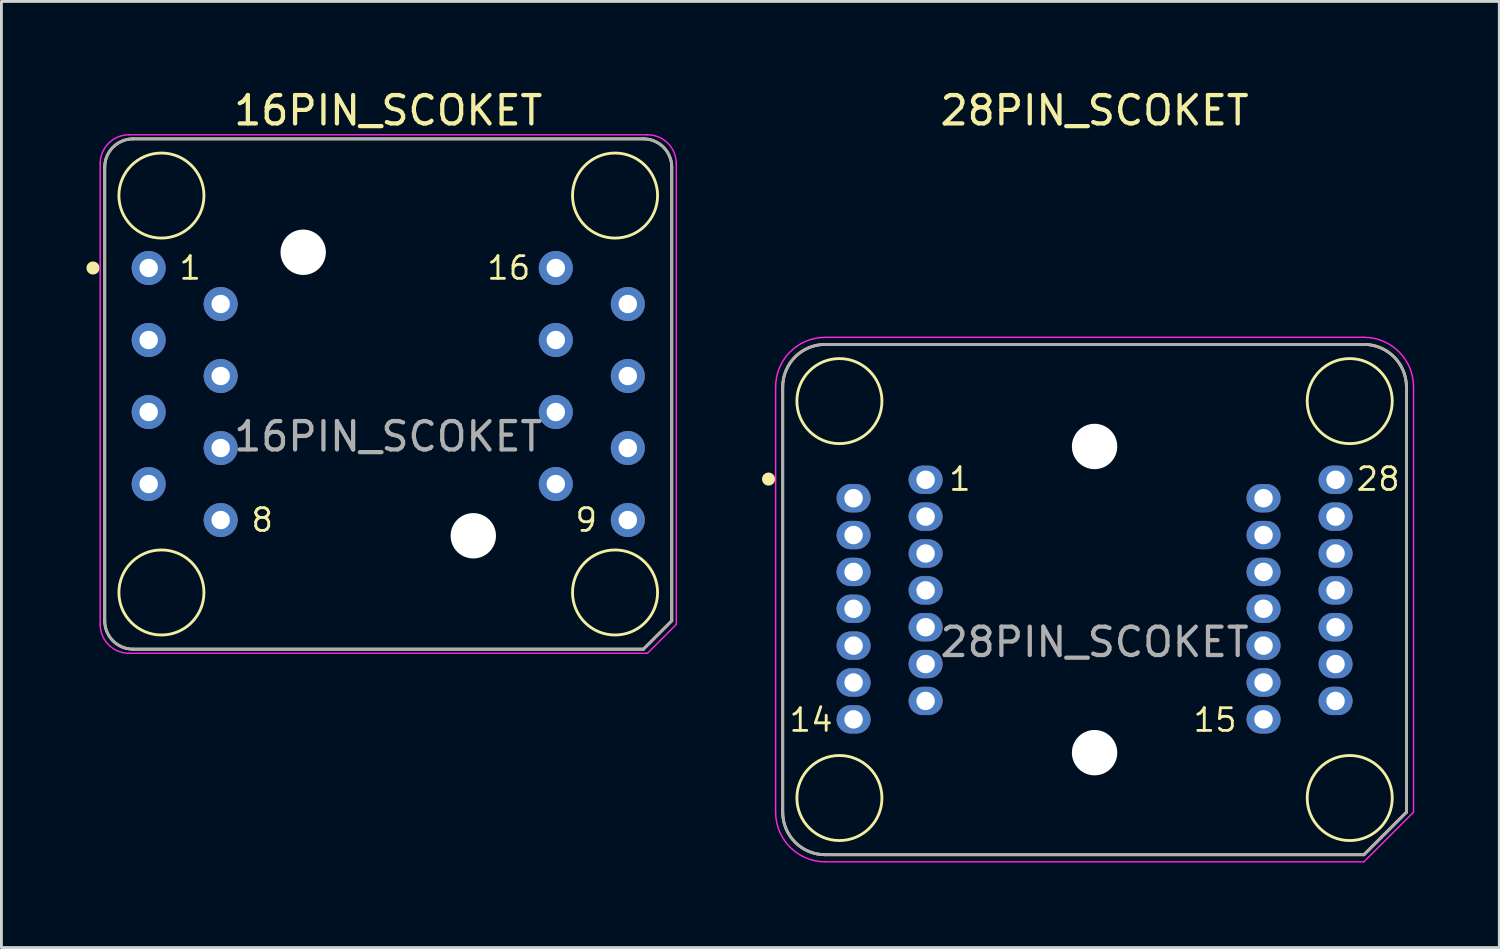
<source format=kicad_pcb>
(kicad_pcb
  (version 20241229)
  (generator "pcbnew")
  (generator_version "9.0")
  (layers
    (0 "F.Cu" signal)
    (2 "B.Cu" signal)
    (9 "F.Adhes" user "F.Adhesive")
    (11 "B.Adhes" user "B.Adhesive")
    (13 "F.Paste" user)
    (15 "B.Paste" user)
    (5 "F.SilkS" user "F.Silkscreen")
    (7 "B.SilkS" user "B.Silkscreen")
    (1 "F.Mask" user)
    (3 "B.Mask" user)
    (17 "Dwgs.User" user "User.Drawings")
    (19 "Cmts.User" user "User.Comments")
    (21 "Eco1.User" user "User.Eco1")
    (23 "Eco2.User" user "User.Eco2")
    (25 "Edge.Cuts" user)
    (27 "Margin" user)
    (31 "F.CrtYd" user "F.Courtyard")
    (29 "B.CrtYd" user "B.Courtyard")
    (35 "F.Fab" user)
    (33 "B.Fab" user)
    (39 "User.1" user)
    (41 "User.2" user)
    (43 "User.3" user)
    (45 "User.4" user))
  (footprint "16PIN_SCOKET"
    (layer "F.Cu")
    (at 10.644 10.848)
    (property "Reference" "16PIN_SCOKET" (at 0 -10 0) (unlocked yes) (layer "F.SilkS") (effects (font (size 1 1) (thickness 0.15))))
    (attr through_hole)
    (fp_line (start -10 8) (end -10 -8) (stroke (width 0.1) (type default)) (layer "F.SilkS"))
    (fp_line (start -9 -9) (end 9 -9) (stroke (width 0.1) (type default)) (layer "F.SilkS"))
    (fp_line (start 9 9) (end -9 9) (stroke (width 0.1) (type default)) (layer "F.SilkS"))
    (fp_line (start 9 9) (end 10 8) (stroke (width 0.1) (type default)) (layer "F.SilkS"))
    (fp_line (start 10 -8) (end 10 8) (stroke (width 0.1) (type default)) (layer "F.SilkS"))
    (fp_arc (start -10 -8) (mid -9.707107 -8.707107) (end -9 -9) (stroke (width 0.1) (type default)) (layer "F.SilkS"))
    (fp_arc (start -9 9) (mid -9.707107 8.707107) (end -10 8) (stroke (width 0.1) (type default)) (layer "F.SilkS"))
    (fp_arc (start 9 -9) (mid 9.707107 -8.707107) (end 10 -8) (stroke (width 0.1) (type default)) (layer "F.SilkS"))
    (fp_circle (center -10.414 -4.445) (end -10.234 -4.445) (stroke (width 0.1) (type solid)) (fill yes) (layer "F.SilkS"))
    (fp_circle (center -8 -7) (end -6.5 -7) (stroke (width 0.1) (type default)) (fill no) (layer "F.SilkS"))
    (fp_circle (center -8 7) (end -6.5 7) (stroke (width 0.1) (type default)) (fill no) (layer "F.SilkS"))
    (fp_circle (center 8 -7) (end 6.5 -7) (stroke (width 0.1) (type default)) (fill no) (layer "F.SilkS"))
    (fp_circle (center 8 7) (end 6.5 7) (stroke (width 0.1) (type default)) (fill no) (layer "F.SilkS"))
    (fp_line (start -10.16 -8.128) (end -10.16 8.128) (stroke (width 0.05) (type default)) (layer "F.CrtYd"))
    (fp_line (start -9.144 9.144) (end 9.144 9.144) (stroke (width 0.05) (type default)) (layer "F.CrtYd"))
    (fp_line (start 9.144 -9.144) (end -9.144 -9.144) (stroke (width 0.05) (type default)) (layer "F.CrtYd"))
    (fp_line (start 9.144 9.144) (end 10.16 8.128) (stroke (width 0.05) (type default)) (layer "F.CrtYd"))
    (fp_line (start 10.16 8.128) (end 10.16 -8.128) (stroke (width 0.05) (type default)) (layer "F.CrtYd"))
    (fp_arc (start -10.16 -8.128) (mid -9.86242 -8.84642) (end -9.144 -9.144) (stroke (width 0.05) (type default)) (layer "F.CrtYd"))
    (fp_arc (start -9.144 9.144) (mid -9.86242 8.84642) (end -10.16 8.128) (stroke (width 0.05) (type default)) (layer "F.CrtYd"))
    (fp_arc (start 9.144 -9.144) (mid 9.86242 -8.84642) (end 10.16 -8.128) (stroke (width 0.05) (type default)) (layer "F.CrtYd"))
    (fp_line (start -10 8) (end -10 -8) (stroke (width 0.1) (type default)) (layer "F.Fab"))
    (fp_line (start -9 -9) (end 9 -9) (stroke (width 0.1) (type default)) (layer "F.Fab"))
    (fp_line (start 9 9) (end -9 9) (stroke (width 0.1) (type default)) (layer "F.Fab"))
    (fp_line (start 9 9) (end 10 8) (stroke (width 0.1) (type default)) (layer "F.Fab"))
    (fp_line (start 10 -8) (end 10 8) (stroke (width 0.1) (type default)) (layer "F.Fab"))
    (fp_arc (start -10 -8) (mid -9.707107 -8.707107) (end -9 -9) (stroke (width 0.1) (type default)) (layer "F.Fab"))
    (fp_arc (start -9 9) (mid -9.707107 8.707107) (end -10 8) (stroke (width 0.1) (type default)) (layer "F.Fab"))
    (fp_arc (start 9 -9) (mid 9.707107 -8.707107) (end 10 -8) (stroke (width 0.1) (type default)) (layer "F.Fab"))
    (fp_text user "9" (at 6.985 4.445 0) (unlocked yes) (layer "F.SilkS") (effects (font (size 0.8 0.8) (thickness 0.1))))
    (fp_text user "1" (at -6.985 -4.445 0) (unlocked yes) (layer "F.SilkS") (effects (font (size 0.8 0.8) (thickness 0.1))))
    (fp_text user "16" (at 4.25 -4.445 0) (unlocked yes) (layer "F.SilkS") (effects (font (size 0.8 0.8) (thickness 0.1))))
    (fp_text user "8" (at -4.445 4.445 0) (unlocked yes) (layer "F.SilkS") (effects (font (size 0.8 0.8) (thickness 0.1))))
    (fp_text user "${REFERENCE}" (at 0 1.5 0) (unlocked yes) (layer "F.Fab") (effects (font (size 1 1) (thickness 0.15))))
    (pad "" np_thru_hole circle (at -3 -5) (size 1.6 1.6) (drill 1.6) (layers "*.Cu" "*.Mask"))
    (pad "" np_thru_hole circle (at 3 5 180) (size 1.6 1.6) (drill 1.6) (layers "*.Cu" "*.Mask"))
    (pad "1" thru_hole circle (at -8.45 -4.445) (size 1.2 1.2) (drill 0.65) (layers "*.Cu" "*.Mask"))
    (pad "2" thru_hole circle (at -5.91 -3.175) (size 1.2 1.2) (drill 0.65) (layers "*.Cu" "*.Mask"))
    (pad "3" thru_hole circle (at -8.45 -1.905) (size 1.2 1.2) (drill 0.65) (layers "*.Cu" "*.Mask"))
    (pad "4" thru_hole circle (at -5.91 -0.635) (size 1.2 1.2) (drill 0.65) (layers "*.Cu" "*.Mask"))
    (pad "5" thru_hole circle (at -8.45 0.635) (size 1.2 1.2) (drill 0.65) (layers "*.Cu" "*.Mask"))
    (pad "6" thru_hole circle (at -5.91 1.905) (size 1.2 1.2) (drill 0.65) (layers "*.Cu" "*.Mask"))
    (pad "7" thru_hole circle (at -8.45 3.175) (size 1.2 1.2) (drill 0.65) (layers "*.Cu" "*.Mask"))
    (pad "8" thru_hole circle (at -5.91 4.445) (size 1.2 1.2) (drill 0.65) (layers "*.Cu" "*.Mask"))
    (pad "9" thru_hole circle (at 8.45 4.445 180) (size 1.2 1.2) (drill 0.65) (layers "*.Cu" "*.Mask"))
    (pad "10" thru_hole circle (at 5.91 3.175 180) (size 1.2 1.2) (drill 0.65) (layers "*.Cu" "*.Mask"))
    (pad "11" thru_hole circle (at 8.45 1.905 180) (size 1.2 1.2) (drill 0.65) (layers "*.Cu" "*.Mask"))
    (pad "12" thru_hole circle (at 5.91 0.635 180) (size 1.2 1.2) (drill 0.65) (layers "*.Cu" "*.Mask"))
    (pad "13" thru_hole circle (at 8.45 -0.635 180) (size 1.2 1.2) (drill 0.65) (layers "*.Cu" "*.Mask"))
    (pad "14" thru_hole circle (at 5.91 -1.905 180) (size 1.2 1.2) (drill 0.65) (layers "*.Cu" "*.Mask"))
    (pad "15" thru_hole circle (at 8.45 -3.175 180) (size 1.2 1.2) (drill 0.65) (layers "*.Cu" "*.Mask"))
    (pad "16" thru_hole circle (at 5.91 -4.445 180) (size 1.2 1.2) (drill 0.65) (layers "*.Cu" "*.Mask")))
  (footprint "28PIN_SCOKET"
    (layer "F.Cu")
    (at 35.558 18.098)
    (property "Reference" "28PIN_SCOKET" (at 0 -17.25 0) (unlocked yes) (layer "F.SilkS") (effects (font (size 1 1) (thickness 0.15))))
    (attr through_hole)
    (fp_line (start -11 7.5) (end -11 -7.5) (stroke (width 0.1) (type default)) (layer "F.SilkS"))
    (fp_line (start -9.5 -9) (end 9.5 -9) (stroke (width 0.1) (type default)) (layer "F.SilkS"))
    (fp_line (start 9.5 9) (end -9.5 9) (stroke (width 0.1) (type default)) (layer "F.SilkS"))
    (fp_line (start 9.5 9) (end 11 7.5) (stroke (width 0.1) (type default)) (layer "F.SilkS"))
    (fp_line (start 11 -7.5) (end 11 7.5) (stroke (width 0.1) (type default)) (layer "F.SilkS"))
    (fp_arc (start -11 -7.5) (mid -10.56066 -8.56066) (end -9.5 -9) (stroke (width 0.1) (type default)) (layer "F.SilkS"))
    (fp_arc (start -9.5 9) (mid -10.56066 8.56066) (end -11 7.5) (stroke (width 0.1) (type default)) (layer "F.SilkS"))
    (fp_arc (start 9.5 -9) (mid 10.56066 -8.56066) (end 11 -7.5) (stroke (width 0.1) (type default)) (layer "F.SilkS"))
    (fp_circle (center -11.5 -4.25) (end -11.32 -4.25) (stroke (width 0.1) (type solid)) (fill yes) (layer "F.SilkS"))
    (fp_circle (center -9 -7) (end -7.5 -7) (stroke (width 0.1) (type default)) (fill no) (layer "F.SilkS"))
    (fp_circle (center -9 7) (end -7.5 7) (stroke (width 0.1) (type default)) (fill no) (layer "F.SilkS"))
    (fp_circle (center 9 -7) (end 7.5 -7) (stroke (width 0.1) (type default)) (fill no) (layer "F.SilkS"))
    (fp_circle (center 9 7) (end 7.5 7) (stroke (width 0.1) (type default)) (fill no) (layer "F.SilkS"))
    (fp_line (start -11.25 7.5) (end -11.25 -7.5) (stroke (width 0.05) (type default)) (layer "F.CrtYd"))
    (fp_line (start -9.5 -9.25) (end 9.5 -9.25) (stroke (width 0.05) (type default)) (layer "F.CrtYd"))
    (fp_line (start 9.5 9.25) (end -9.5 9.25) (stroke (width 0.05) (type default)) (layer "F.CrtYd"))
    (fp_line (start 9.5 9.25) (end 11.25 7.5) (stroke (width 0.05) (type default)) (layer "F.CrtYd"))
    (fp_line (start 11.25 -7.5) (end 11.25 7.5) (stroke (width 0.05) (type default)) (layer "F.CrtYd"))
    (fp_arc (start -11.25 -7.5) (mid -10.737437 -8.737437) (end -9.5 -9.25) (stroke (width 0.05) (type default)) (layer "F.CrtYd"))
    (fp_arc (start -9.5 9.25) (mid -10.737437 8.737437) (end -11.25 7.5) (stroke (width 0.05) (type default)) (layer "F.CrtYd"))
    (fp_arc (start 9.5 -9.25) (mid 10.737437 -8.737437) (end 11.25 -7.5) (stroke (width 0.05) (type default)) (layer "F.CrtYd"))
    (fp_line (start -11 7.5) (end -11 -7.5) (stroke (width 0.1) (type default)) (layer "F.Fab"))
    (fp_line (start -9.5 -9) (end 9.5 -9) (stroke (width 0.1) (type default)) (layer "F.Fab"))
    (fp_line (start 9.5 9) (end -9.5 9) (stroke (width 0.1) (type default)) (layer "F.Fab"))
    (fp_line (start 9.5 9) (end 11 7.5) (stroke (width 0.1) (type default)) (layer "F.Fab"))
    (fp_line (start 11 -7.5) (end 11 7.5) (stroke (width 0.1) (type default)) (layer "F.Fab"))
    (fp_arc (start -11 -7.5) (mid -10.56066 -8.56066) (end -9.5 -9) (stroke (width 0.1) (type default)) (layer "F.Fab"))
    (fp_arc (start -9.5 9) (mid -10.56066 8.56066) (end -11 7.5) (stroke (width 0.1) (type default)) (layer "F.Fab"))
    (fp_arc (start 9.5 -9) (mid 10.56066 -8.56066) (end 11 -7.5) (stroke (width 0.1) (type default)) (layer "F.Fab"))
    (fp_text user "1" (at -4.75 -4.25 0) (unlocked yes) (layer "F.SilkS") (effects (font (size 0.8 0.8) (thickness 0.1))))
    (fp_text user "28" (at 10 -4.25 0) (unlocked yes) (layer "F.SilkS") (effects (font (size 0.8 0.8) (thickness 0.1))))
    (fp_text user "14" (at -10 4.25 0) (unlocked yes) (layer "F.SilkS") (effects (font (size 0.8 0.8) (thickness 0.1))))
    (fp_text user "15" (at 4.25 4.25 0) (unlocked yes) (layer "F.SilkS") (effects (font (size 0.8 0.8) (thickness 0.1))))
    (fp_text user "${REFERENCE}" (at 0 1.5 0) (unlocked yes) (layer "F.Fab") (effects (font (size 1 1) (thickness 0.15))))
    (pad "" np_thru_hole circle (at 0 -5.4) (size 1.6 1.6) (drill 1.6) (layers "*.Cu" "*.Mask"))
    (pad "" np_thru_hole circle (at 0 5.4) (size 1.6 1.6) (drill 1.6) (layers "*.Cu" "*.Mask"))
    (pad "1" thru_hole oval (at -5.96 -4.225) (size 1.2 1) (drill 0.65) (layers "*.Cu" "*.Mask"))
    (pad "2" thru_hole oval (at -8.5 -3.575) (size 1.2 1) (drill 0.65) (layers "*.Cu" "*.Mask"))
    (pad "3" thru_hole oval (at -5.96 -2.925) (size 1.2 1) (drill 0.65) (layers "*.Cu" "*.Mask"))
    (pad "4" thru_hole oval (at -8.5 -2.275) (size 1.2 1) (drill 0.65) (layers "*.Cu" "*.Mask"))
    (pad "5" thru_hole oval (at -5.96 -1.625) (size 1.2 1) (drill 0.65) (layers "*.Cu" "*.Mask"))
    (pad "6" thru_hole oval (at -8.5 -0.975) (size 1.2 1) (drill 0.65) (layers "*.Cu" "*.Mask"))
    (pad "7" thru_hole oval (at -5.96 -0.325) (size 1.2 1) (drill 0.65) (layers "*.Cu" "*.Mask"))
    (pad "8" thru_hole oval (at -8.5 0.325) (size 1.2 1) (drill 0.65) (layers "*.Cu" "*.Mask"))
    (pad "9" thru_hole oval (at -5.96 0.975) (size 1.2 1) (drill 0.65) (layers "*.Cu" "*.Mask"))
    (pad "10" thru_hole oval (at -8.5 1.625) (size 1.2 1) (drill 0.65) (layers "*.Cu" "*.Mask"))
    (pad "11" thru_hole oval (at -5.96 2.275) (size 1.2 1) (drill 0.65) (layers "*.Cu" "*.Mask"))
    (pad "12" thru_hole oval (at -8.5 2.925) (size 1.2 1) (drill 0.65) (layers "*.Cu" "*.Mask"))
    (pad "13" thru_hole oval (at -5.96 3.575) (size 1.2 1) (drill 0.65) (layers "*.Cu" "*.Mask"))
    (pad "14" thru_hole oval (at -8.5 4.225) (size 1.2 1) (drill 0.65) (layers "*.Cu" "*.Mask"))
    (pad "15" thru_hole oval (at 5.96 4.225 180) (size 1.2 1) (drill 0.65) (layers "*.Cu" "*.Mask"))
    (pad "16" thru_hole oval (at 8.5 3.575 180) (size 1.2 1) (drill 0.65) (layers "*.Cu" "*.Mask"))
    (pad "17" thru_hole oval (at 5.96 2.925 180) (size 1.2 1) (drill 0.65) (layers "*.Cu" "*.Mask"))
    (pad "18" thru_hole oval (at 8.5 2.275 180) (size 1.2 1) (drill 0.65) (layers "*.Cu" "*.Mask"))
    (pad "19" thru_hole oval (at 5.96 1.625 180) (size 1.2 1) (drill 0.65) (layers "*.Cu" "*.Mask"))
    (pad "20" thru_hole oval (at 8.5 0.975 180) (size 1.2 1) (drill 0.65) (layers "*.Cu" "*.Mask"))
    (pad "21" thru_hole oval (at 5.96 0.325 180) (size 1.2 1) (drill 0.65) (layers "*.Cu" "*.Mask"))
    (pad "22" thru_hole oval (at 8.5 -0.325 180) (size 1.2 1) (drill 0.65) (layers "*.Cu" "*.Mask"))
    (pad "23" thru_hole oval (at 5.96 -0.975 180) (size 1.2 1) (drill 0.65) (layers "*.Cu" "*.Mask"))
    (pad "24" thru_hole oval (at 8.5 -1.625 180) (size 1.2 1) (drill 0.65) (layers "*.Cu" "*.Mask"))
    (pad "25" thru_hole oval (at 5.96 -2.275 180) (size 1.2 1) (drill 0.65) (layers "*.Cu" "*.Mask"))
    (pad "26" thru_hole oval (at 8.5 -2.925 180) (size 1.2 1) (drill 0.65) (layers "*.Cu" "*.Mask"))
    (pad "27" thru_hole oval (at 5.96 -3.575 180) (size 1.2 1) (drill 0.65) (layers "*.Cu" "*.Mask"))
    (pad "28" thru_hole oval (at 8.5 -4.225 180) (size 1.2 1) (drill 0.65) (layers "*.Cu" "*.Mask")))
  (gr_rect
    (start -3 -3)
    (end 49.833 30.373)
    (stroke (width 0.1) (type default))
    (fill no)
    (layer "Edge.Cuts")))
</source>
